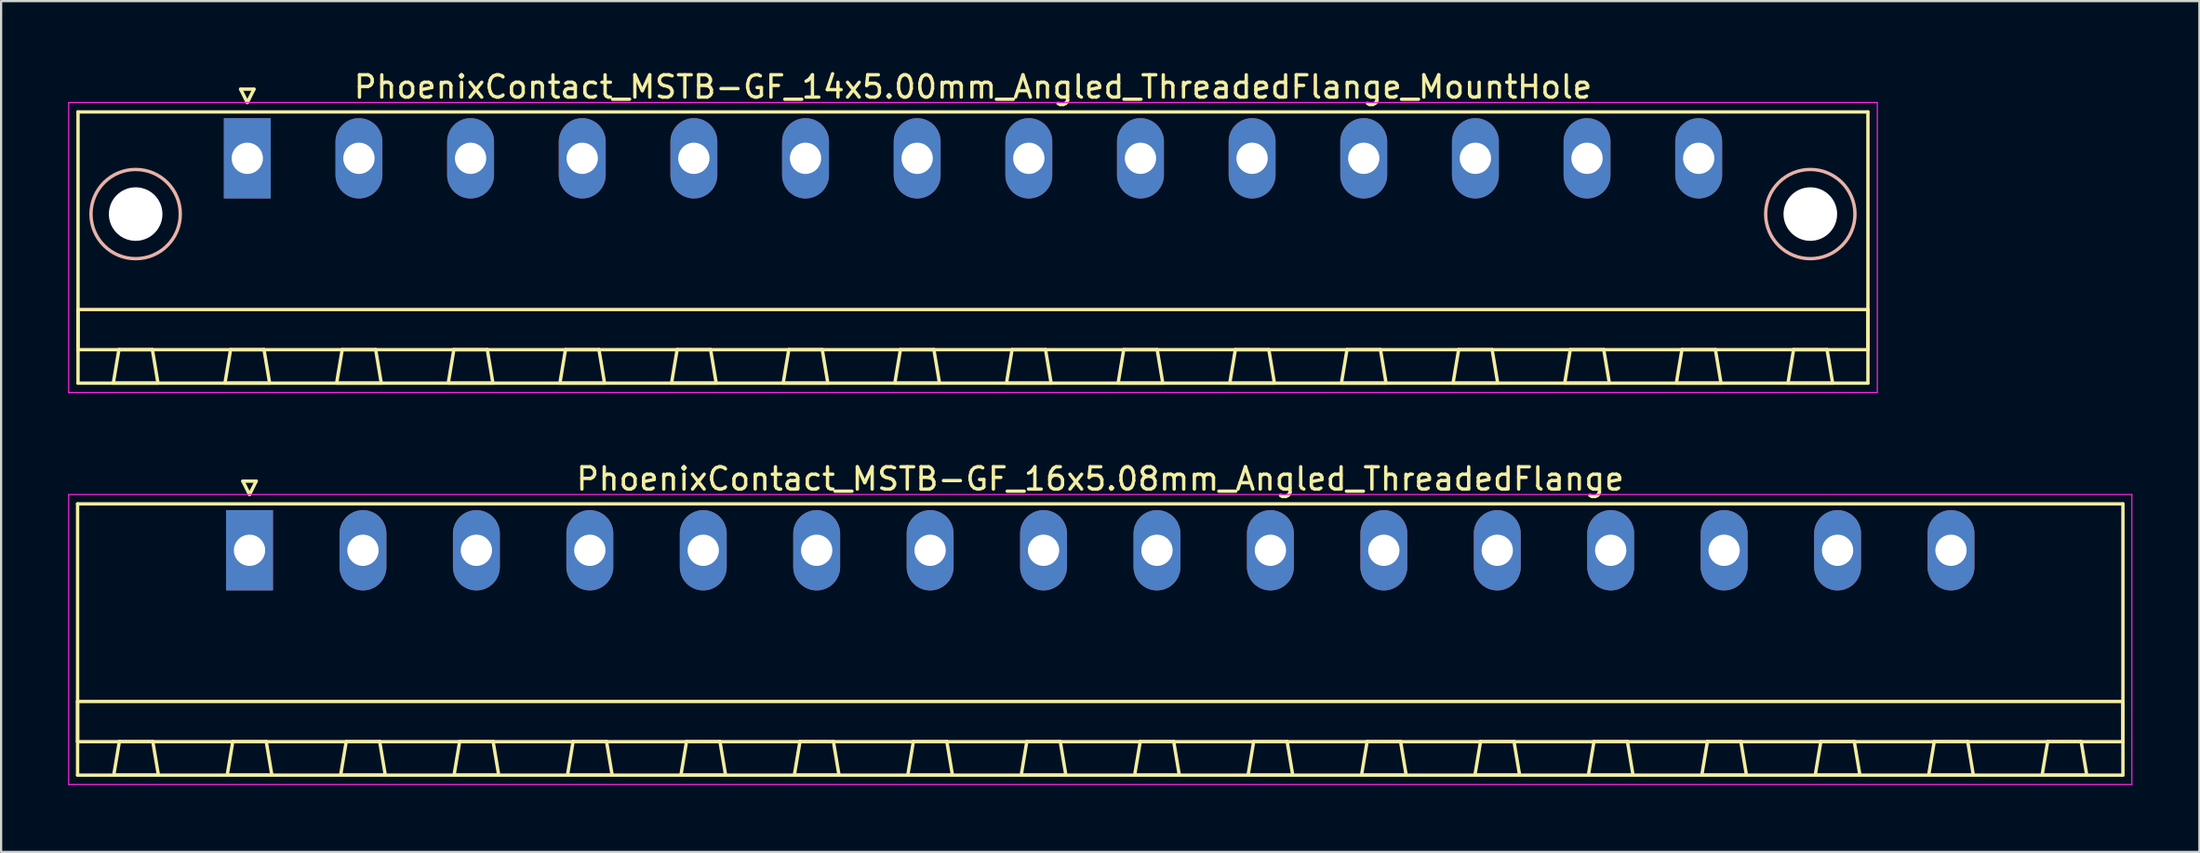
<source format=kicad_pcb>
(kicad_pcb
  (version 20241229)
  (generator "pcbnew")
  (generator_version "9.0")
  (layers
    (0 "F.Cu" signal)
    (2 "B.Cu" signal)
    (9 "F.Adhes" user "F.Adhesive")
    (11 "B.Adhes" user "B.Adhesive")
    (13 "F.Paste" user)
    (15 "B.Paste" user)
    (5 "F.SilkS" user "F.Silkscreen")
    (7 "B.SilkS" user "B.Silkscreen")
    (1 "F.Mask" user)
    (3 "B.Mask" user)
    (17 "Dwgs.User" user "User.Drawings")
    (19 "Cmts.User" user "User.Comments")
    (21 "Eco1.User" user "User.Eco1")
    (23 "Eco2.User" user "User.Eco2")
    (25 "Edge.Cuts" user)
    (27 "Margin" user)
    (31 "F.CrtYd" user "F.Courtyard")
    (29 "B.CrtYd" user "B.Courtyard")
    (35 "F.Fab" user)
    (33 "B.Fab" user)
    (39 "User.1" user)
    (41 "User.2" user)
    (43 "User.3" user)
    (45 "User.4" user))
  (footprint "PhoenixContact_MSTB-GF_16x5.08mm_Angled_ThreadedFlange"
    (layer "F.Cu")
    (at 8.125 21.622)
    (property "Reference" "PhoenixContact_MSTB-GF_16x5.08mm_Angled_ThreadedFlange" (at 38.1 -3.2 0) (layer "F.SilkS") (effects (font (size 1 1) (thickness 0.15))))
    (attr through_hole)
    (fp_line (start -7.7 -2.08) (end -7.7 10.08) (stroke (width 0.15) (type solid)) (layer "F.SilkS"))
    (fp_line (start -7.7 6.78) (end 83.9 6.78) (stroke (width 0.15) (type solid)) (layer "F.SilkS"))
    (fp_line (start -7.7 8.58) (end -7.7 6.78) (stroke (width 0.15) (type solid)) (layer "F.SilkS"))
    (fp_line (start -7.7 10.08) (end 83.9 10.08) (stroke (width 0.15) (type solid)) (layer "F.SilkS"))
    (fp_line (start -6.08 10.08) (end -4.08 10.08) (stroke (width 0.15) (type solid)) (layer "F.SilkS"))
    (fp_line (start -5.83 8.58) (end -6.08 10.08) (stroke (width 0.15) (type solid)) (layer "F.SilkS"))
    (fp_line (start -4.33 8.58) (end -5.83 8.58) (stroke (width 0.15) (type solid)) (layer "F.SilkS"))
    (fp_line (start -4.08 10.08) (end -4.33 8.58) (stroke (width 0.15) (type solid)) (layer "F.SilkS"))
    (fp_line (start -1 10.08) (end 1 10.08) (stroke (width 0.15) (type solid)) (layer "F.SilkS"))
    (fp_line (start -0.75 8.58) (end -1 10.08) (stroke (width 0.15) (type solid)) (layer "F.SilkS"))
    (fp_line (start -0.3 -3.1) (end 0 -2.5) (stroke (width 0.15) (type solid)) (layer "F.SilkS"))
    (fp_line (start 0 -2.5) (end 0.3 -3.1) (stroke (width 0.15) (type solid)) (layer "F.SilkS"))
    (fp_line (start 0.3 -3.1) (end -0.3 -3.1) (stroke (width 0.15) (type solid)) (layer "F.SilkS"))
    (fp_line (start 0.75 8.58) (end -0.75 8.58) (stroke (width 0.15) (type solid)) (layer "F.SilkS"))
    (fp_line (start 1 10.08) (end 0.75 8.58) (stroke (width 0.15) (type solid)) (layer "F.SilkS"))
    (fp_line (start 4.08 10.08) (end 6.08 10.08) (stroke (width 0.15) (type solid)) (layer "F.SilkS"))
    (fp_line (start 4.33 8.58) (end 4.08 10.08) (stroke (width 0.15) (type solid)) (layer "F.SilkS"))
    (fp_line (start 5.83 8.58) (end 4.33 8.58) (stroke (width 0.15) (type solid)) (layer "F.SilkS"))
    (fp_line (start 6.08 10.08) (end 5.83 8.58) (stroke (width 0.15) (type solid)) (layer "F.SilkS"))
    (fp_line (start 9.16 10.08) (end 11.16 10.08) (stroke (width 0.15) (type solid)) (layer "F.SilkS"))
    (fp_line (start 9.41 8.58) (end 9.16 10.08) (stroke (width 0.15) (type solid)) (layer "F.SilkS"))
    (fp_line (start 10.91 8.58) (end 9.41 8.58) (stroke (width 0.15) (type solid)) (layer "F.SilkS"))
    (fp_line (start 11.16 10.08) (end 10.91 8.58) (stroke (width 0.15) (type solid)) (layer "F.SilkS"))
    (fp_line (start 14.24 10.08) (end 16.24 10.08) (stroke (width 0.15) (type solid)) (layer "F.SilkS"))
    (fp_line (start 14.49 8.58) (end 14.24 10.08) (stroke (width 0.15) (type solid)) (layer "F.SilkS"))
    (fp_line (start 15.99 8.58) (end 14.49 8.58) (stroke (width 0.15) (type solid)) (layer "F.SilkS"))
    (fp_line (start 16.24 10.08) (end 15.99 8.58) (stroke (width 0.15) (type solid)) (layer "F.SilkS"))
    (fp_line (start 19.32 10.08) (end 21.32 10.08) (stroke (width 0.15) (type solid)) (layer "F.SilkS"))
    (fp_line (start 19.57 8.58) (end 19.32 10.08) (stroke (width 0.15) (type solid)) (layer "F.SilkS"))
    (fp_line (start 21.07 8.58) (end 19.57 8.58) (stroke (width 0.15) (type solid)) (layer "F.SilkS"))
    (fp_line (start 21.32 10.08) (end 21.07 8.58) (stroke (width 0.15) (type solid)) (layer "F.SilkS"))
    (fp_line (start 24.4 10.08) (end 26.4 10.08) (stroke (width 0.15) (type solid)) (layer "F.SilkS"))
    (fp_line (start 24.65 8.58) (end 24.4 10.08) (stroke (width 0.15) (type solid)) (layer "F.SilkS"))
    (fp_line (start 26.15 8.58) (end 24.65 8.58) (stroke (width 0.15) (type solid)) (layer "F.SilkS"))
    (fp_line (start 26.4 10.08) (end 26.15 8.58) (stroke (width 0.15) (type solid)) (layer "F.SilkS"))
    (fp_line (start 29.48 10.08) (end 31.48 10.08) (stroke (width 0.15) (type solid)) (layer "F.SilkS"))
    (fp_line (start 29.73 8.58) (end 29.48 10.08) (stroke (width 0.15) (type solid)) (layer "F.SilkS"))
    (fp_line (start 31.23 8.58) (end 29.73 8.58) (stroke (width 0.15) (type solid)) (layer "F.SilkS"))
    (fp_line (start 31.48 10.08) (end 31.23 8.58) (stroke (width 0.15) (type solid)) (layer "F.SilkS"))
    (fp_line (start 34.56 10.08) (end 36.56 10.08) (stroke (width 0.15) (type solid)) (layer "F.SilkS"))
    (fp_line (start 34.81 8.58) (end 34.56 10.08) (stroke (width 0.15) (type solid)) (layer "F.SilkS"))
    (fp_line (start 36.31 8.58) (end 34.81 8.58) (stroke (width 0.15) (type solid)) (layer "F.SilkS"))
    (fp_line (start 36.56 10.08) (end 36.31 8.58) (stroke (width 0.15) (type solid)) (layer "F.SilkS"))
    (fp_line (start 39.64 10.08) (end 41.64 10.08) (stroke (width 0.15) (type solid)) (layer "F.SilkS"))
    (fp_line (start 39.89 8.58) (end 39.64 10.08) (stroke (width 0.15) (type solid)) (layer "F.SilkS"))
    (fp_line (start 41.39 8.58) (end 39.89 8.58) (stroke (width 0.15) (type solid)) (layer "F.SilkS"))
    (fp_line (start 41.64 10.08) (end 41.39 8.58) (stroke (width 0.15) (type solid)) (layer "F.SilkS"))
    (fp_line (start 44.72 10.08) (end 46.72 10.08) (stroke (width 0.15) (type solid)) (layer "F.SilkS"))
    (fp_line (start 44.97 8.58) (end 44.72 10.08) (stroke (width 0.15) (type solid)) (layer "F.SilkS"))
    (fp_line (start 46.47 8.58) (end 44.97 8.58) (stroke (width 0.15) (type solid)) (layer "F.SilkS"))
    (fp_line (start 46.72 10.08) (end 46.47 8.58) (stroke (width 0.15) (type solid)) (layer "F.SilkS"))
    (fp_line (start 49.8 10.08) (end 51.8 10.08) (stroke (width 0.15) (type solid)) (layer "F.SilkS"))
    (fp_line (start 50.05 8.58) (end 49.8 10.08) (stroke (width 0.15) (type solid)) (layer "F.SilkS"))
    (fp_line (start 51.55 8.58) (end 50.05 8.58) (stroke (width 0.15) (type solid)) (layer "F.SilkS"))
    (fp_line (start 51.8 10.08) (end 51.55 8.58) (stroke (width 0.15) (type solid)) (layer "F.SilkS"))
    (fp_line (start 54.88 10.08) (end 56.88 10.08) (stroke (width 0.15) (type solid)) (layer "F.SilkS"))
    (fp_line (start 55.13 8.58) (end 54.88 10.08) (stroke (width 0.15) (type solid)) (layer "F.SilkS"))
    (fp_line (start 56.63 8.58) (end 55.13 8.58) (stroke (width 0.15) (type solid)) (layer "F.SilkS"))
    (fp_line (start 56.88 10.08) (end 56.63 8.58) (stroke (width 0.15) (type solid)) (layer "F.SilkS"))
    (fp_line (start 59.96 10.08) (end 61.96 10.08) (stroke (width 0.15) (type solid)) (layer "F.SilkS"))
    (fp_line (start 60.21 8.58) (end 59.96 10.08) (stroke (width 0.15) (type solid)) (layer "F.SilkS"))
    (fp_line (start 61.71 8.58) (end 60.21 8.58) (stroke (width 0.15) (type solid)) (layer "F.SilkS"))
    (fp_line (start 61.96 10.08) (end 61.71 8.58) (stroke (width 0.15) (type solid)) (layer "F.SilkS"))
    (fp_line (start 65.04 10.08) (end 67.04 10.08) (stroke (width 0.15) (type solid)) (layer "F.SilkS"))
    (fp_line (start 65.29 8.58) (end 65.04 10.08) (stroke (width 0.15) (type solid)) (layer "F.SilkS"))
    (fp_line (start 66.79 8.58) (end 65.29 8.58) (stroke (width 0.15) (type solid)) (layer "F.SilkS"))
    (fp_line (start 67.04 10.08) (end 66.79 8.58) (stroke (width 0.15) (type solid)) (layer "F.SilkS"))
    (fp_line (start 70.12 10.08) (end 72.12 10.08) (stroke (width 0.15) (type solid)) (layer "F.SilkS"))
    (fp_line (start 70.37 8.58) (end 70.12 10.08) (stroke (width 0.15) (type solid)) (layer "F.SilkS"))
    (fp_line (start 71.87 8.58) (end 70.37 8.58) (stroke (width 0.15) (type solid)) (layer "F.SilkS"))
    (fp_line (start 72.12 10.08) (end 71.87 8.58) (stroke (width 0.15) (type solid)) (layer "F.SilkS"))
    (fp_line (start 75.2 10.08) (end 77.2 10.08) (stroke (width 0.15) (type solid)) (layer "F.SilkS"))
    (fp_line (start 75.45 8.58) (end 75.2 10.08) (stroke (width 0.15) (type solid)) (layer "F.SilkS"))
    (fp_line (start 76.95 8.58) (end 75.45 8.58) (stroke (width 0.15) (type solid)) (layer "F.SilkS"))
    (fp_line (start 77.2 10.08) (end 76.95 8.58) (stroke (width 0.15) (type solid)) (layer "F.SilkS"))
    (fp_line (start 80.28 10.08) (end 82.28 10.08) (stroke (width 0.15) (type solid)) (layer "F.SilkS"))
    (fp_line (start 80.53 8.58) (end 80.28 10.08) (stroke (width 0.15) (type solid)) (layer "F.SilkS"))
    (fp_line (start 82.03 8.58) (end 80.53 8.58) (stroke (width 0.15) (type solid)) (layer "F.SilkS"))
    (fp_line (start 82.28 10.08) (end 82.03 8.58) (stroke (width 0.15) (type solid)) (layer "F.SilkS"))
    (fp_line (start 83.9 -2.08) (end -7.7 -2.08) (stroke (width 0.15) (type solid)) (layer "F.SilkS"))
    (fp_line (start 83.9 6.78) (end 83.9 8.58) (stroke (width 0.15) (type solid)) (layer "F.SilkS"))
    (fp_line (start 83.9 8.58) (end -7.7 8.58) (stroke (width 0.15) (type solid)) (layer "F.SilkS"))
    (fp_line (start 83.9 10.08) (end 83.9 -2.08) (stroke (width 0.15) (type solid)) (layer "F.SilkS"))
    (fp_line (start -8.1 -2.5) (end -8.1 10.5) (stroke (width 0.05) (type solid)) (layer "F.CrtYd"))
    (fp_line (start -8.1 10.5) (end 84.3 10.5) (stroke (width 0.05) (type solid)) (layer "F.CrtYd"))
    (fp_line (start 84.3 -2.5) (end -8.1 -2.5) (stroke (width 0.05) (type solid)) (layer "F.CrtYd"))
    (fp_line (start 84.3 10.5) (end 84.3 -2.5) (stroke (width 0.05) (type solid)) (layer "F.CrtYd"))
    (pad "1" thru_hole rect (at 0 0) (size 2.1 3.6) (drill 1.4) (layers "*.Cu" "*.Mask"))
    (pad "2" thru_hole oval (at 5.08 0) (size 2.1 3.6) (drill 1.4) (layers "*.Cu" "*.Mask"))
    (pad "3" thru_hole oval (at 10.16 0) (size 2.1 3.6) (drill 1.4) (layers "*.Cu" "*.Mask"))
    (pad "4" thru_hole oval (at 15.24 0) (size 2.1 3.6) (drill 1.4) (layers "*.Cu" "*.Mask"))
    (pad "5" thru_hole oval (at 20.32 0) (size 2.1 3.6) (drill 1.4) (layers "*.Cu" "*.Mask"))
    (pad "6" thru_hole oval (at 25.4 0) (size 2.1 3.6) (drill 1.4) (layers "*.Cu" "*.Mask"))
    (pad "7" thru_hole oval (at 30.48 0) (size 2.1 3.6) (drill 1.4) (layers "*.Cu" "*.Mask"))
    (pad "8" thru_hole oval (at 35.56 0) (size 2.1 3.6) (drill 1.4) (layers "*.Cu" "*.Mask"))
    (pad "9" thru_hole oval (at 40.64 0) (size 2.1 3.6) (drill 1.4) (layers "*.Cu" "*.Mask"))
    (pad "10" thru_hole oval (at 45.72 0) (size 2.1 3.6) (drill 1.4) (layers "*.Cu" "*.Mask"))
    (pad "11" thru_hole oval (at 50.8 0) (size 2.1 3.6) (drill 1.4) (layers "*.Cu" "*.Mask"))
    (pad "12" thru_hole oval (at 55.88 0) (size 2.1 3.6) (drill 1.4) (layers "*.Cu" "*.Mask"))
    (pad "13" thru_hole oval (at 60.96 0) (size 2.1 3.6) (drill 1.4) (layers "*.Cu" "*.Mask"))
    (pad "14" thru_hole oval (at 66.04 0) (size 2.1 3.6) (drill 1.4) (layers "*.Cu" "*.Mask"))
    (pad "15" thru_hole oval (at 71.12 0) (size 2.1 3.6) (drill 1.4) (layers "*.Cu" "*.Mask"))
    (pad "16" thru_hole oval (at 76.2 0) (size 2.1 3.6) (drill 1.4) (layers "*.Cu" "*.Mask")))
  (footprint "PhoenixContact_MSTB-GF_14x5.00mm_Angled_ThreadedFlange_MountHole"
    (layer "F.Cu")
    (at 8.025 4.048)
    (property "Reference" "PhoenixContact_MSTB-GF_14x5.00mm_Angled_ThreadedFlange_MountHole" (at 32.5 -3.2 0) (layer "F.SilkS") (effects (font (size 1 1) (thickness 0.15))))
    (attr through_hole)
    (fp_line (start -7.58 -2.08) (end -7.58 10.08) (stroke (width 0.15) (type solid)) (layer "F.SilkS"))
    (fp_line (start -7.58 6.78) (end 72.58 6.78) (stroke (width 0.15) (type solid)) (layer "F.SilkS"))
    (fp_line (start -7.58 8.58) (end -7.58 6.78) (stroke (width 0.15) (type solid)) (layer "F.SilkS"))
    (fp_line (start -7.58 10.08) (end 72.58 10.08) (stroke (width 0.15) (type solid)) (layer "F.SilkS"))
    (fp_line (start -6 10.08) (end -4 10.08) (stroke (width 0.15) (type solid)) (layer "F.SilkS"))
    (fp_line (start -5.75 8.58) (end -6 10.08) (stroke (width 0.15) (type solid)) (layer "F.SilkS"))
    (fp_line (start -4.25 8.58) (end -5.75 8.58) (stroke (width 0.15) (type solid)) (layer "F.SilkS"))
    (fp_line (start -4 10.08) (end -4.25 8.58) (stroke (width 0.15) (type solid)) (layer "F.SilkS"))
    (fp_line (start -1 10.08) (end 1 10.08) (stroke (width 0.15) (type solid)) (layer "F.SilkS"))
    (fp_line (start -0.75 8.58) (end -1 10.08) (stroke (width 0.15) (type solid)) (layer "F.SilkS"))
    (fp_line (start -0.3 -3.1) (end 0 -2.5) (stroke (width 0.15) (type solid)) (layer "F.SilkS"))
    (fp_line (start 0 -2.5) (end 0.3 -3.1) (stroke (width 0.15) (type solid)) (layer "F.SilkS"))
    (fp_line (start 0.3 -3.1) (end -0.3 -3.1) (stroke (width 0.15) (type solid)) (layer "F.SilkS"))
    (fp_line (start 0.75 8.58) (end -0.75 8.58) (stroke (width 0.15) (type solid)) (layer "F.SilkS"))
    (fp_line (start 1 10.08) (end 0.75 8.58) (stroke (width 0.15) (type solid)) (layer "F.SilkS"))
    (fp_line (start 4 10.08) (end 6 10.08) (stroke (width 0.15) (type solid)) (layer "F.SilkS"))
    (fp_line (start 4.25 8.58) (end 4 10.08) (stroke (width 0.15) (type solid)) (layer "F.SilkS"))
    (fp_line (start 5.75 8.58) (end 4.25 8.58) (stroke (width 0.15) (type solid)) (layer "F.SilkS"))
    (fp_line (start 6 10.08) (end 5.75 8.58) (stroke (width 0.15) (type solid)) (layer "F.SilkS"))
    (fp_line (start 9 10.08) (end 11 10.08) (stroke (width 0.15) (type solid)) (layer "F.SilkS"))
    (fp_line (start 9.25 8.58) (end 9 10.08) (stroke (width 0.15) (type solid)) (layer "F.SilkS"))
    (fp_line (start 10.75 8.58) (end 9.25 8.58) (stroke (width 0.15) (type solid)) (layer "F.SilkS"))
    (fp_line (start 11 10.08) (end 10.75 8.58) (stroke (width 0.15) (type solid)) (layer "F.SilkS"))
    (fp_line (start 14 10.08) (end 16 10.08) (stroke (width 0.15) (type solid)) (layer "F.SilkS"))
    (fp_line (start 14.25 8.58) (end 14 10.08) (stroke (width 0.15) (type solid)) (layer "F.SilkS"))
    (fp_line (start 15.75 8.58) (end 14.25 8.58) (stroke (width 0.15) (type solid)) (layer "F.SilkS"))
    (fp_line (start 16 10.08) (end 15.75 8.58) (stroke (width 0.15) (type solid)) (layer "F.SilkS"))
    (fp_line (start 19 10.08) (end 21 10.08) (stroke (width 0.15) (type solid)) (layer "F.SilkS"))
    (fp_line (start 19.25 8.58) (end 19 10.08) (stroke (width 0.15) (type solid)) (layer "F.SilkS"))
    (fp_line (start 20.75 8.58) (end 19.25 8.58) (stroke (width 0.15) (type solid)) (layer "F.SilkS"))
    (fp_line (start 21 10.08) (end 20.75 8.58) (stroke (width 0.15) (type solid)) (layer "F.SilkS"))
    (fp_line (start 24 10.08) (end 26 10.08) (stroke (width 0.15) (type solid)) (layer "F.SilkS"))
    (fp_line (start 24.25 8.58) (end 24 10.08) (stroke (width 0.15) (type solid)) (layer "F.SilkS"))
    (fp_line (start 25.75 8.58) (end 24.25 8.58) (stroke (width 0.15) (type solid)) (layer "F.SilkS"))
    (fp_line (start 26 10.08) (end 25.75 8.58) (stroke (width 0.15) (type solid)) (layer "F.SilkS"))
    (fp_line (start 29 10.08) (end 31 10.08) (stroke (width 0.15) (type solid)) (layer "F.SilkS"))
    (fp_line (start 29.25 8.58) (end 29 10.08) (stroke (width 0.15) (type solid)) (layer "F.SilkS"))
    (fp_line (start 30.75 8.58) (end 29.25 8.58) (stroke (width 0.15) (type solid)) (layer "F.SilkS"))
    (fp_line (start 31 10.08) (end 30.75 8.58) (stroke (width 0.15) (type solid)) (layer "F.SilkS"))
    (fp_line (start 34 10.08) (end 36 10.08) (stroke (width 0.15) (type solid)) (layer "F.SilkS"))
    (fp_line (start 34.25 8.58) (end 34 10.08) (stroke (width 0.15) (type solid)) (layer "F.SilkS"))
    (fp_line (start 35.75 8.58) (end 34.25 8.58) (stroke (width 0.15) (type solid)) (layer "F.SilkS"))
    (fp_line (start 36 10.08) (end 35.75 8.58) (stroke (width 0.15) (type solid)) (layer "F.SilkS"))
    (fp_line (start 39 10.08) (end 41 10.08) (stroke (width 0.15) (type solid)) (layer "F.SilkS"))
    (fp_line (start 39.25 8.58) (end 39 10.08) (stroke (width 0.15) (type solid)) (layer "F.SilkS"))
    (fp_line (start 40.75 8.58) (end 39.25 8.58) (stroke (width 0.15) (type solid)) (layer "F.SilkS"))
    (fp_line (start 41 10.08) (end 40.75 8.58) (stroke (width 0.15) (type solid)) (layer "F.SilkS"))
    (fp_line (start 44 10.08) (end 46 10.08) (stroke (width 0.15) (type solid)) (layer "F.SilkS"))
    (fp_line (start 44.25 8.58) (end 44 10.08) (stroke (width 0.15) (type solid)) (layer "F.SilkS"))
    (fp_line (start 45.75 8.58) (end 44.25 8.58) (stroke (width 0.15) (type solid)) (layer "F.SilkS"))
    (fp_line (start 46 10.08) (end 45.75 8.58) (stroke (width 0.15) (type solid)) (layer "F.SilkS"))
    (fp_line (start 49 10.08) (end 51 10.08) (stroke (width 0.15) (type solid)) (layer "F.SilkS"))
    (fp_line (start 49.25 8.58) (end 49 10.08) (stroke (width 0.15) (type solid)) (layer "F.SilkS"))
    (fp_line (start 50.75 8.58) (end 49.25 8.58) (stroke (width 0.15) (type solid)) (layer "F.SilkS"))
    (fp_line (start 51 10.08) (end 50.75 8.58) (stroke (width 0.15) (type solid)) (layer "F.SilkS"))
    (fp_line (start 54 10.08) (end 56 10.08) (stroke (width 0.15) (type solid)) (layer "F.SilkS"))
    (fp_line (start 54.25 8.58) (end 54 10.08) (stroke (width 0.15) (type solid)) (layer "F.SilkS"))
    (fp_line (start 55.75 8.58) (end 54.25 8.58) (stroke (width 0.15) (type solid)) (layer "F.SilkS"))
    (fp_line (start 56 10.08) (end 55.75 8.58) (stroke (width 0.15) (type solid)) (layer "F.SilkS"))
    (fp_line (start 59 10.08) (end 61 10.08) (stroke (width 0.15) (type solid)) (layer "F.SilkS"))
    (fp_line (start 59.25 8.58) (end 59 10.08) (stroke (width 0.15) (type solid)) (layer "F.SilkS"))
    (fp_line (start 60.75 8.58) (end 59.25 8.58) (stroke (width 0.15) (type solid)) (layer "F.SilkS"))
    (fp_line (start 61 10.08) (end 60.75 8.58) (stroke (width 0.15) (type solid)) (layer "F.SilkS"))
    (fp_line (start 64 10.08) (end 66 10.08) (stroke (width 0.15) (type solid)) (layer "F.SilkS"))
    (fp_line (start 64.25 8.58) (end 64 10.08) (stroke (width 0.15) (type solid)) (layer "F.SilkS"))
    (fp_line (start 65.75 8.58) (end 64.25 8.58) (stroke (width 0.15) (type solid)) (layer "F.SilkS"))
    (fp_line (start 66 10.08) (end 65.75 8.58) (stroke (width 0.15) (type solid)) (layer "F.SilkS"))
    (fp_line (start 69 10.08) (end 71 10.08) (stroke (width 0.15) (type solid)) (layer "F.SilkS"))
    (fp_line (start 69.25 8.58) (end 69 10.08) (stroke (width 0.15) (type solid)) (layer "F.SilkS"))
    (fp_line (start 70.75 8.58) (end 69.25 8.58) (stroke (width 0.15) (type solid)) (layer "F.SilkS"))
    (fp_line (start 71 10.08) (end 70.75 8.58) (stroke (width 0.15) (type solid)) (layer "F.SilkS"))
    (fp_line (start 72.58 -2.08) (end -7.58 -2.08) (stroke (width 0.15) (type solid)) (layer "F.SilkS"))
    (fp_line (start 72.58 6.78) (end 72.58 8.58) (stroke (width 0.15) (type solid)) (layer "F.SilkS"))
    (fp_line (start 72.58 8.58) (end -7.58 8.58) (stroke (width 0.15) (type solid)) (layer "F.SilkS"))
    (fp_line (start 72.58 10.08) (end 72.58 -2.08) (stroke (width 0.15) (type solid)) (layer "F.SilkS"))
    (fp_circle (center -5 2.5) (end -3 2.5) (stroke (width 0.15) (type solid)) (fill no) (layer "B.SilkS"))
    (fp_circle (center 70 2.5) (end 72 2.5) (stroke (width 0.15) (type solid)) (fill no) (layer "B.SilkS"))
    (fp_line (start -8 -2.5) (end -8 10.5) (stroke (width 0.05) (type solid)) (layer "F.CrtYd"))
    (fp_line (start -8 10.5) (end 73 10.5) (stroke (width 0.05) (type solid)) (layer "F.CrtYd"))
    (fp_line (start 73 -2.5) (end -8 -2.5) (stroke (width 0.05) (type solid)) (layer "F.CrtYd"))
    (fp_line (start 73 10.5) (end 73 -2.5) (stroke (width 0.05) (type solid)) (layer "F.CrtYd"))
    (pad "" np_thru_hole circle (at -5 2.5) (size 2.4 2.4) (drill 2.4) (layers "*.Cu" "*.Mask"))
    (pad "" np_thru_hole circle (at 70 2.5) (size 2.4 2.4) (drill 2.4) (layers "*.Cu" "*.Mask"))
    (pad "1" thru_hole rect (at 0 0) (size 2.1 3.6) (drill 1.4) (layers "*.Cu" "*.Mask"))
    (pad "2" thru_hole oval (at 5 0) (size 2.1 3.6) (drill 1.4) (layers "*.Cu" "*.Mask"))
    (pad "3" thru_hole oval (at 10 0) (size 2.1 3.6) (drill 1.4) (layers "*.Cu" "*.Mask"))
    (pad "4" thru_hole oval (at 15 0) (size 2.1 3.6) (drill 1.4) (layers "*.Cu" "*.Mask"))
    (pad "5" thru_hole oval (at 20 0) (size 2.1 3.6) (drill 1.4) (layers "*.Cu" "*.Mask"))
    (pad "6" thru_hole oval (at 25 0) (size 2.1 3.6) (drill 1.4) (layers "*.Cu" "*.Mask"))
    (pad "7" thru_hole oval (at 30 0) (size 2.1 3.6) (drill 1.4) (layers "*.Cu" "*.Mask"))
    (pad "8" thru_hole oval (at 35 0) (size 2.1 3.6) (drill 1.4) (layers "*.Cu" "*.Mask"))
    (pad "9" thru_hole oval (at 40 0) (size 2.1 3.6) (drill 1.4) (layers "*.Cu" "*.Mask"))
    (pad "10" thru_hole oval (at 45 0) (size 2.1 3.6) (drill 1.4) (layers "*.Cu" "*.Mask"))
    (pad "11" thru_hole oval (at 50 0) (size 2.1 3.6) (drill 1.4) (layers "*.Cu" "*.Mask"))
    (pad "12" thru_hole oval (at 55 0) (size 2.1 3.6) (drill 1.4) (layers "*.Cu" "*.Mask"))
    (pad "13" thru_hole oval (at 60 0) (size 2.1 3.6) (drill 1.4) (layers "*.Cu" "*.Mask"))
    (pad "14" thru_hole oval (at 65 0) (size 2.1 3.6) (drill 1.4) (layers "*.Cu" "*.Mask")))
  (gr_rect
    (start -3 -3)
    (end 95.45 35.147)
    (stroke (width 0.1) (type default))
    (fill no)
    (layer "Edge.Cuts")))
</source>
